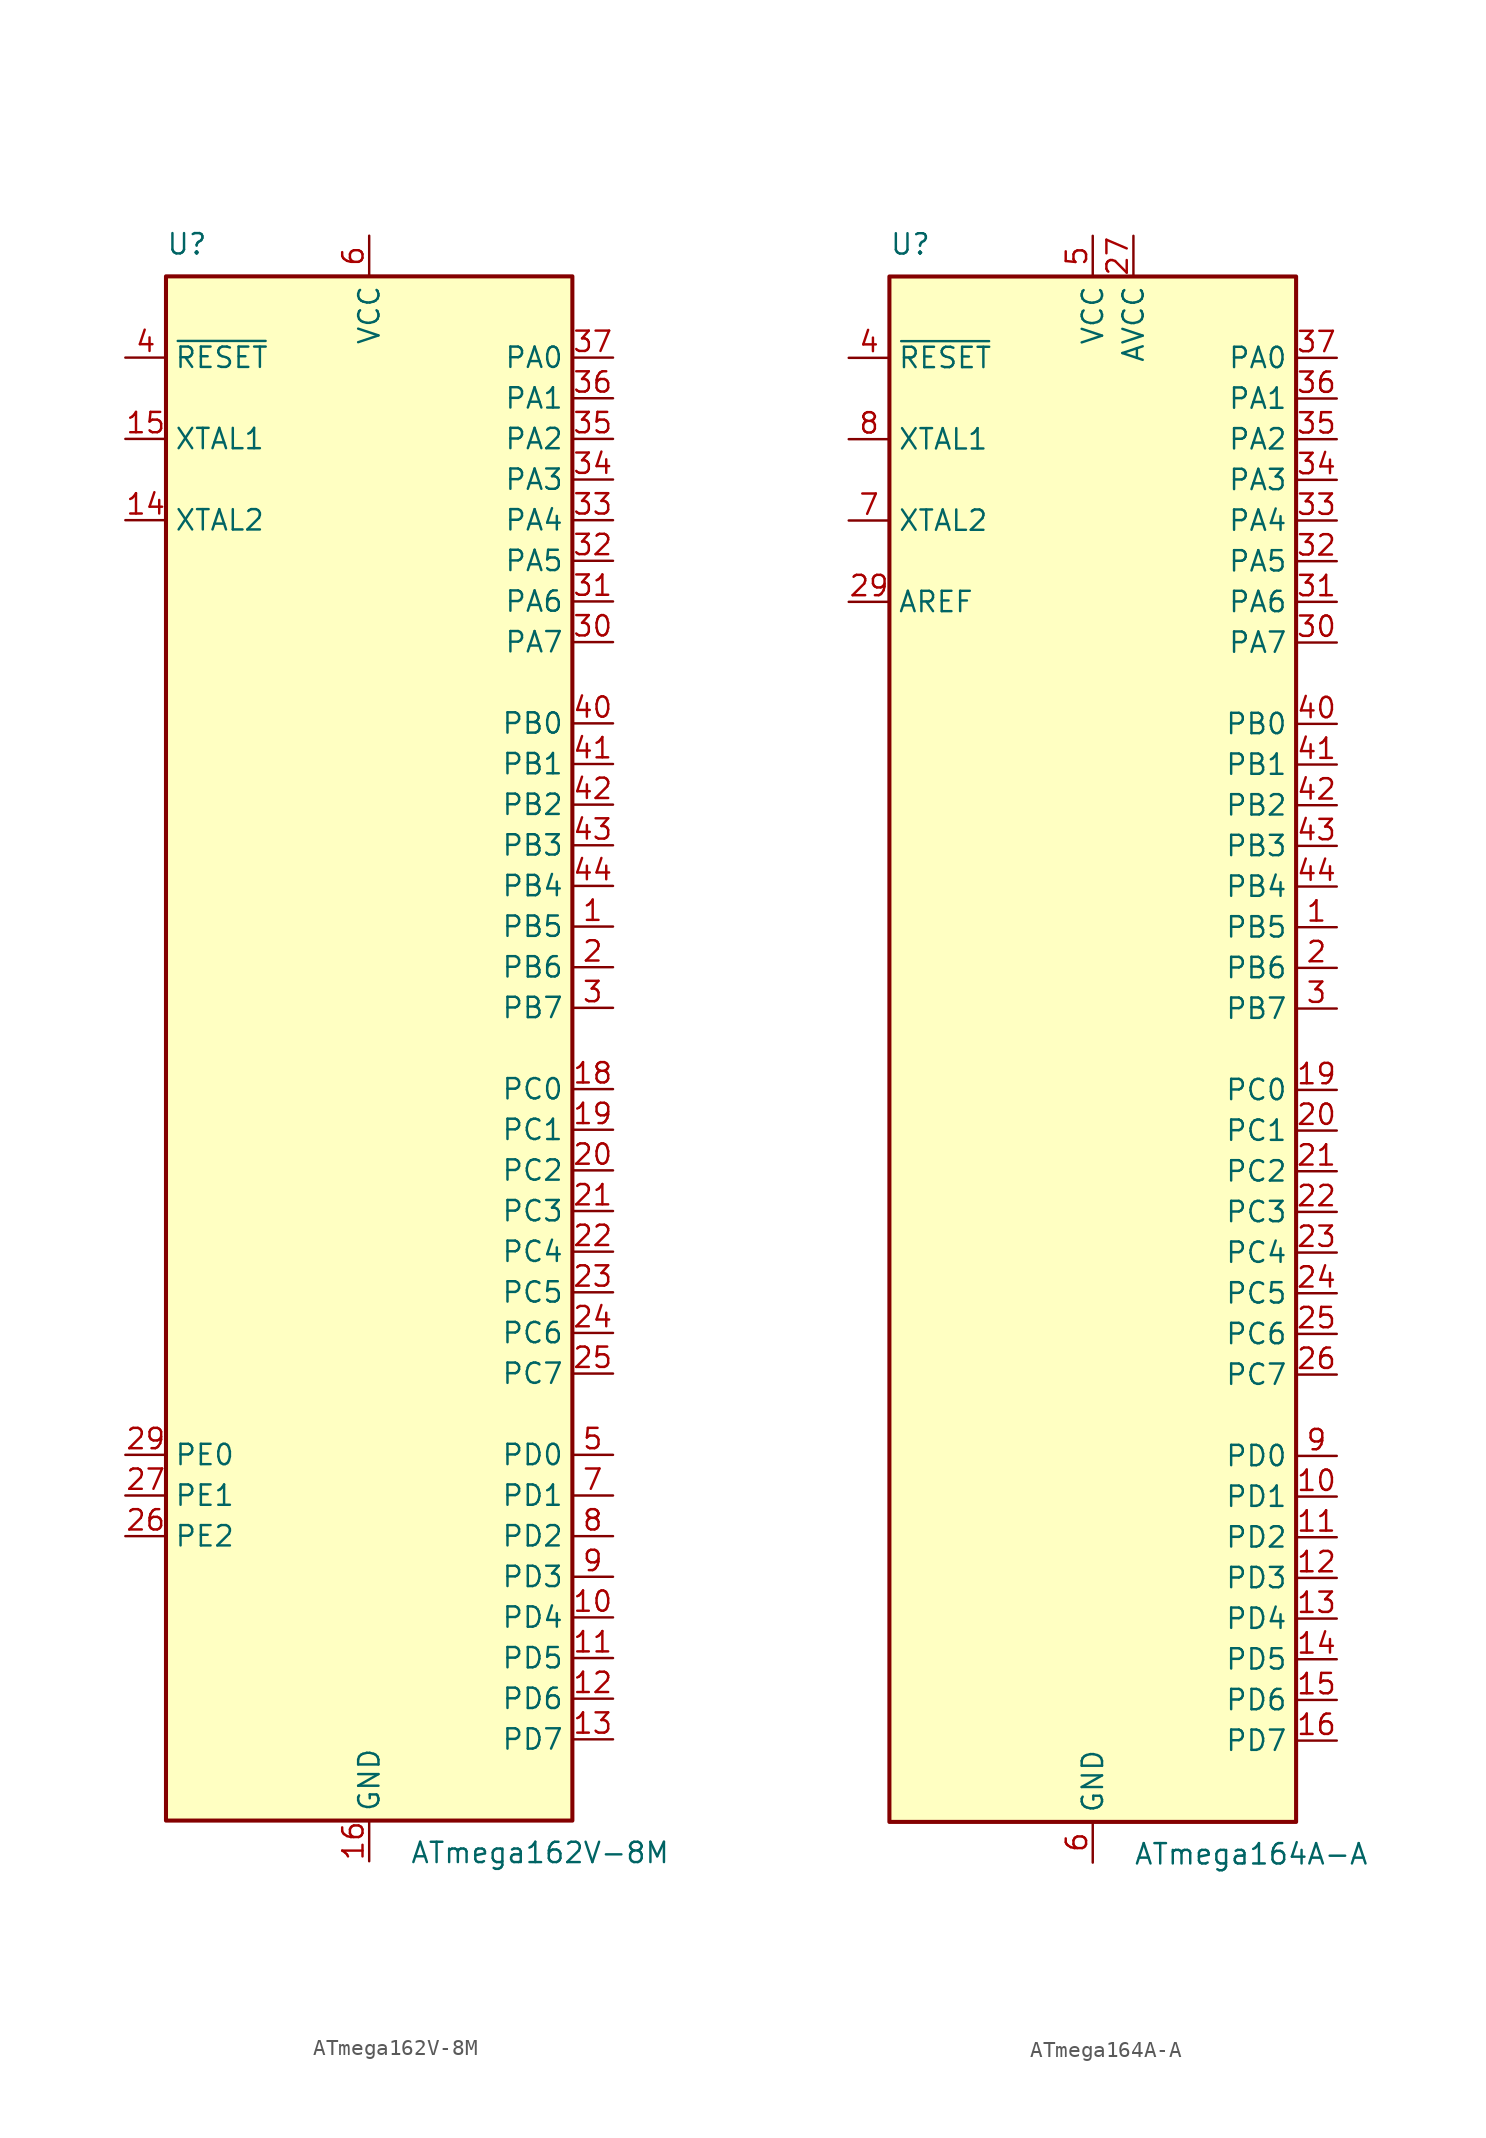
<source format=kicad_sym>
(kicad_symbol_lib
  (version 20241209)
  (generator "kicad_symbol_editor")
  (generator_version "9.0")
  (symbol "ATmega162V-8M"
    (property "Reference" "U"
      (at -12.7 49.53 0)
      (effects (font (size 1.27 1.27)) (justify left bottom)))
    (property "Value" "ATmega162V-8M"
      (at 2.54 -49.53 0)
      (effects (font (size 1.27 1.27)) (justify left top)))
    (symbol "ATmega162V-8M_0_1"
      (rectangle (start -12.7 -48.26) (end 12.7 48.26) (stroke (width 0.254) (type default)) (fill (type background))))
    (symbol "ATmega162V-8M_1_1"
      (pin input line (at -15.24 43.18 0) (length 2.54) (name "~{RESET}" (effects (font (size 1.27 1.27)))) (number "4" (effects (font (size 1.27 1.27)))))
      (pin input line (at -15.24 38.1 0) (length 2.54) (name "XTAL1" (effects (font (size 1.27 1.27)))) (number "15" (effects (font (size 1.27 1.27)))))
      (pin output line (at -15.24 33.02 0) (length 2.54) (name "XTAL2" (effects (font (size 1.27 1.27)))) (number "14" (effects (font (size 1.27 1.27)))))
      (pin bidirectional line (at -15.24 -25.4 0) (length 2.54) (name "PE0" (effects (font (size 1.27 1.27)))) (number "29" (effects (font (size 1.27 1.27)))))
      (pin bidirectional line (at -15.24 -27.94 0) (length 2.54) (name "PE1" (effects (font (size 1.27 1.27)))) (number "27" (effects (font (size 1.27 1.27)))))
      (pin bidirectional line (at -15.24 -30.48 0) (length 2.54) (name "PE2" (effects (font (size 1.27 1.27)))) (number "26" (effects (font (size 1.27 1.27)))))
      (pin passive line (at 0 50.8 270) (length 2.54) (hide yes) (name "VCC" (effects (font (size 1.27 1.27)))) (number "17" (effects (font (size 1.27 1.27)))))
      (pin passive line (at 0 50.8 270) (length 2.54) (hide yes) (name "VCC" (effects (font (size 1.27 1.27)))) (number "38" (effects (font (size 1.27 1.27)))))
      (pin power_in line (at 0 50.8 270) (length 2.54) (name "VCC" (effects (font (size 1.27 1.27)))) (number "6" (effects (font (size 1.27 1.27)))))
      (pin power_in line (at 0 -50.8 90) (length 2.54) (name "GND" (effects (font (size 1.27 1.27)))) (number "16" (effects (font (size 1.27 1.27)))))
      (pin passive line (at 0 -50.8 90) (length 2.54) (hide yes) (name "GND" (effects (font (size 1.27 1.27)))) (number "28" (effects (font (size 1.27 1.27)))))
      (pin passive line (at 0 -50.8 90) (length 2.54) (hide yes) (name "GND" (effects (font (size 1.27 1.27)))) (number "39" (effects (font (size 1.27 1.27)))))
      (pin passive line (at 0 -50.8 90) (length 2.54) (hide yes) (name "GND" (effects (font (size 1.27 1.27)))) (number "45" (effects (font (size 1.27 1.27)))))
      (pin bidirectional line (at 15.24 43.18 180) (length 2.54) (name "PA0" (effects (font (size 1.27 1.27)))) (number "37" (effects (font (size 1.27 1.27)))))
      (pin bidirectional line (at 15.24 40.64 180) (length 2.54) (name "PA1" (effects (font (size 1.27 1.27)))) (number "36" (effects (font (size 1.27 1.27)))))
      (pin bidirectional line (at 15.24 38.1 180) (length 2.54) (name "PA2" (effects (font (size 1.27 1.27)))) (number "35" (effects (font (size 1.27 1.27)))))
      (pin bidirectional line (at 15.24 35.56 180) (length 2.54) (name "PA3" (effects (font (size 1.27 1.27)))) (number "34" (effects (font (size 1.27 1.27)))))
      (pin bidirectional line (at 15.24 33.02 180) (length 2.54) (name "PA4" (effects (font (size 1.27 1.27)))) (number "33" (effects (font (size 1.27 1.27)))))
      (pin bidirectional line (at 15.24 30.48 180) (length 2.54) (name "PA5" (effects (font (size 1.27 1.27)))) (number "32" (effects (font (size 1.27 1.27)))))
      (pin bidirectional line (at 15.24 27.94 180) (length 2.54) (name "PA6" (effects (font (size 1.27 1.27)))) (number "31" (effects (font (size 1.27 1.27)))))
      (pin bidirectional line (at 15.24 25.4 180) (length 2.54) (name "PA7" (effects (font (size 1.27 1.27)))) (number "30" (effects (font (size 1.27 1.27)))))
      (pin bidirectional line (at 15.24 20.32 180) (length 2.54) (name "PB0" (effects (font (size 1.27 1.27)))) (number "40" (effects (font (size 1.27 1.27)))))
      (pin bidirectional line (at 15.24 17.78 180) (length 2.54) (name "PB1" (effects (font (size 1.27 1.27)))) (number "41" (effects (font (size 1.27 1.27)))))
      (pin bidirectional line (at 15.24 15.24 180) (length 2.54) (name "PB2" (effects (font (size 1.27 1.27)))) (number "42" (effects (font (size 1.27 1.27)))))
      (pin bidirectional line (at 15.24 12.7 180) (length 2.54) (name "PB3" (effects (font (size 1.27 1.27)))) (number "43" (effects (font (size 1.27 1.27)))))
      (pin bidirectional line (at 15.24 10.16 180) (length 2.54) (name "PB4" (effects (font (size 1.27 1.27)))) (number "44" (effects (font (size 1.27 1.27)))))
      (pin bidirectional line (at 15.24 7.62 180) (length 2.54) (name "PB5" (effects (font (size 1.27 1.27)))) (number "1" (effects (font (size 1.27 1.27)))))
      (pin bidirectional line (at 15.24 5.08 180) (length 2.54) (name "PB6" (effects (font (size 1.27 1.27)))) (number "2" (effects (font (size 1.27 1.27)))))
      (pin bidirectional line (at 15.24 2.54 180) (length 2.54) (name "PB7" (effects (font (size 1.27 1.27)))) (number "3" (effects (font (size 1.27 1.27)))))
      (pin bidirectional line (at 15.24 -2.54 180) (length 2.54) (name "PC0" (effects (font (size 1.27 1.27)))) (number "18" (effects (font (size 1.27 1.27)))))
      (pin bidirectional line (at 15.24 -5.08 180) (length 2.54) (name "PC1" (effects (font (size 1.27 1.27)))) (number "19" (effects (font (size 1.27 1.27)))))
      (pin bidirectional line (at 15.24 -7.62 180) (length 2.54) (name "PC2" (effects (font (size 1.27 1.27)))) (number "20" (effects (font (size 1.27 1.27)))))
      (pin bidirectional line (at 15.24 -10.16 180) (length 2.54) (name "PC3" (effects (font (size 1.27 1.27)))) (number "21" (effects (font (size 1.27 1.27)))))
      (pin bidirectional line (at 15.24 -12.7 180) (length 2.54) (name "PC4" (effects (font (size 1.27 1.27)))) (number "22" (effects (font (size 1.27 1.27)))))
      (pin bidirectional line (at 15.24 -15.24 180) (length 2.54) (name "PC5" (effects (font (size 1.27 1.27)))) (number "23" (effects (font (size 1.27 1.27)))))
      (pin bidirectional line (at 15.24 -17.78 180) (length 2.54) (name "PC6" (effects (font (size 1.27 1.27)))) (number "24" (effects (font (size 1.27 1.27)))))
      (pin bidirectional line (at 15.24 -20.32 180) (length 2.54) (name "PC7" (effects (font (size 1.27 1.27)))) (number "25" (effects (font (size 1.27 1.27)))))
      (pin bidirectional line (at 15.24 -25.4 180) (length 2.54) (name "PD0" (effects (font (size 1.27 1.27)))) (number "5" (effects (font (size 1.27 1.27)))))
      (pin bidirectional line (at 15.24 -27.94 180) (length 2.54) (name "PD1" (effects (font (size 1.27 1.27)))) (number "7" (effects (font (size 1.27 1.27)))))
      (pin bidirectional line (at 15.24 -30.48 180) (length 2.54) (name "PD2" (effects (font (size 1.27 1.27)))) (number "8" (effects (font (size 1.27 1.27)))))
      (pin bidirectional line (at 15.24 -33.02 180) (length 2.54) (name "PD3" (effects (font (size 1.27 1.27)))) (number "9" (effects (font (size 1.27 1.27)))))
      (pin bidirectional line (at 15.24 -35.56 180) (length 2.54) (name "PD4" (effects (font (size 1.27 1.27)))) (number "10" (effects (font (size 1.27 1.27)))))
      (pin bidirectional line (at 15.24 -38.1 180) (length 2.54) (name "PD5" (effects (font (size 1.27 1.27)))) (number "11" (effects (font (size 1.27 1.27)))))
      (pin bidirectional line (at 15.24 -40.64 180) (length 2.54) (name "PD6" (effects (font (size 1.27 1.27)))) (number "12" (effects (font (size 1.27 1.27)))))
      (pin bidirectional line (at 15.24 -43.18 180) (length 2.54) (name "PD7" (effects (font (size 1.27 1.27)))) (number "13" (effects (font (size 1.27 1.27)))))))
  (symbol "ATmega164A-A"
    (property "Reference" "U"
      (at -12.7 49.53 0)
      (effects (font (size 1.27 1.27)) (justify left bottom)))
    (property "Value" "ATmega164A-A"
      (at 2.54 -49.53 0)
      (effects (font (size 1.27 1.27)) (justify left top)))
    (symbol "ATmega164A-A_0_1"
      (rectangle (start -12.7 -48.26) (end 12.7 48.26) (stroke (width 0.254) (type default)) (fill (type background))))
    (symbol "ATmega164A-A_1_1"
      (pin input line (at -15.24 43.18 0) (length 2.54) (name "~{RESET}" (effects (font (size 1.27 1.27)))) (number "4" (effects (font (size 1.27 1.27)))))
      (pin input line (at -15.24 38.1 0) (length 2.54) (name "XTAL1" (effects (font (size 1.27 1.27)))) (number "8" (effects (font (size 1.27 1.27)))))
      (pin output line (at -15.24 33.02 0) (length 2.54) (name "XTAL2" (effects (font (size 1.27 1.27)))) (number "7" (effects (font (size 1.27 1.27)))))
      (pin passive line (at -15.24 27.94 0) (length 2.54) (name "AREF" (effects (font (size 1.27 1.27)))) (number "29" (effects (font (size 1.27 1.27)))))
      (pin passive line (at 0 50.8 270) (length 2.54) (hide yes) (name "VCC" (effects (font (size 1.27 1.27)))) (number "17" (effects (font (size 1.27 1.27)))))
      (pin passive line (at 0 50.8 270) (length 2.54) (hide yes) (name "VCC" (effects (font (size 1.27 1.27)))) (number "38" (effects (font (size 1.27 1.27)))))
      (pin power_in line (at 0 50.8 270) (length 2.54) (name "VCC" (effects (font (size 1.27 1.27)))) (number "5" (effects (font (size 1.27 1.27)))))
      (pin passive line (at 0 -50.8 90) (length 2.54) (hide yes) (name "GND" (effects (font (size 1.27 1.27)))) (number "18" (effects (font (size 1.27 1.27)))))
      (pin passive line (at 0 -50.8 90) (length 2.54) (hide yes) (name "GND" (effects (font (size 1.27 1.27)))) (number "28" (effects (font (size 1.27 1.27)))))
      (pin passive line (at 0 -50.8 90) (length 2.54) (hide yes) (name "GND" (effects (font (size 1.27 1.27)))) (number "39" (effects (font (size 1.27 1.27)))))
      (pin power_in line (at 0 -50.8 90) (length 2.54) (name "GND" (effects (font (size 1.27 1.27)))) (number "6" (effects (font (size 1.27 1.27)))))
      (pin power_in line (at 2.54 50.8 270) (length 2.54) (name "AVCC" (effects (font (size 1.27 1.27)))) (number "27" (effects (font (size 1.27 1.27)))))
      (pin bidirectional line (at 15.24 43.18 180) (length 2.54) (name "PA0" (effects (font (size 1.27 1.27)))) (number "37" (effects (font (size 1.27 1.27)))))
      (pin bidirectional line (at 15.24 40.64 180) (length 2.54) (name "PA1" (effects (font (size 1.27 1.27)))) (number "36" (effects (font (size 1.27 1.27)))))
      (pin bidirectional line (at 15.24 38.1 180) (length 2.54) (name "PA2" (effects (font (size 1.27 1.27)))) (number "35" (effects (font (size 1.27 1.27)))))
      (pin bidirectional line (at 15.24 35.56 180) (length 2.54) (name "PA3" (effects (font (size 1.27 1.27)))) (number "34" (effects (font (size 1.27 1.27)))))
      (pin bidirectional line (at 15.24 33.02 180) (length 2.54) (name "PA4" (effects (font (size 1.27 1.27)))) (number "33" (effects (font (size 1.27 1.27)))))
      (pin bidirectional line (at 15.24 30.48 180) (length 2.54) (name "PA5" (effects (font (size 1.27 1.27)))) (number "32" (effects (font (size 1.27 1.27)))))
      (pin bidirectional line (at 15.24 27.94 180) (length 2.54) (name "PA6" (effects (font (size 1.27 1.27)))) (number "31" (effects (font (size 1.27 1.27)))))
      (pin bidirectional line (at 15.24 25.4 180) (length 2.54) (name "PA7" (effects (font (size 1.27 1.27)))) (number "30" (effects (font (size 1.27 1.27)))))
      (pin bidirectional line (at 15.24 20.32 180) (length 2.54) (name "PB0" (effects (font (size 1.27 1.27)))) (number "40" (effects (font (size 1.27 1.27)))))
      (pin bidirectional line (at 15.24 17.78 180) (length 2.54) (name "PB1" (effects (font (size 1.27 1.27)))) (number "41" (effects (font (size 1.27 1.27)))))
      (pin bidirectional line (at 15.24 15.24 180) (length 2.54) (name "PB2" (effects (font (size 1.27 1.27)))) (number "42" (effects (font (size 1.27 1.27)))))
      (pin bidirectional line (at 15.24 12.7 180) (length 2.54) (name "PB3" (effects (font (size 1.27 1.27)))) (number "43" (effects (font (size 1.27 1.27)))))
      (pin bidirectional line (at 15.24 10.16 180) (length 2.54) (name "PB4" (effects (font (size 1.27 1.27)))) (number "44" (effects (font (size 1.27 1.27)))))
      (pin bidirectional line (at 15.24 7.62 180) (length 2.54) (name "PB5" (effects (font (size 1.27 1.27)))) (number "1" (effects (font (size 1.27 1.27)))))
      (pin bidirectional line (at 15.24 5.08 180) (length 2.54) (name "PB6" (effects (font (size 1.27 1.27)))) (number "2" (effects (font (size 1.27 1.27)))))
      (pin bidirectional line (at 15.24 2.54 180) (length 2.54) (name "PB7" (effects (font (size 1.27 1.27)))) (number "3" (effects (font (size 1.27 1.27)))))
      (pin bidirectional line (at 15.24 -2.54 180) (length 2.54) (name "PC0" (effects (font (size 1.27 1.27)))) (number "19" (effects (font (size 1.27 1.27)))))
      (pin bidirectional line (at 15.24 -5.08 180) (length 2.54) (name "PC1" (effects (font (size 1.27 1.27)))) (number "20" (effects (font (size 1.27 1.27)))))
      (pin bidirectional line (at 15.24 -7.62 180) (length 2.54) (name "PC2" (effects (font (size 1.27 1.27)))) (number "21" (effects (font (size 1.27 1.27)))))
      (pin bidirectional line (at 15.24 -10.16 180) (length 2.54) (name "PC3" (effects (font (size 1.27 1.27)))) (number "22" (effects (font (size 1.27 1.27)))))
      (pin bidirectional line (at 15.24 -12.7 180) (length 2.54) (name "PC4" (effects (font (size 1.27 1.27)))) (number "23" (effects (font (size 1.27 1.27)))))
      (pin bidirectional line (at 15.24 -15.24 180) (length 2.54) (name "PC5" (effects (font (size 1.27 1.27)))) (number "24" (effects (font (size 1.27 1.27)))))
      (pin bidirectional line (at 15.24 -17.78 180) (length 2.54) (name "PC6" (effects (font (size 1.27 1.27)))) (number "25" (effects (font (size 1.27 1.27)))))
      (pin bidirectional line (at 15.24 -20.32 180) (length 2.54) (name "PC7" (effects (font (size 1.27 1.27)))) (number "26" (effects (font (size 1.27 1.27)))))
      (pin bidirectional line (at 15.24 -25.4 180) (length 2.54) (name "PD0" (effects (font (size 1.27 1.27)))) (number "9" (effects (font (size 1.27 1.27)))))
      (pin bidirectional line (at 15.24 -27.94 180) (length 2.54) (name "PD1" (effects (font (size 1.27 1.27)))) (number "10" (effects (font (size 1.27 1.27)))))
      (pin bidirectional line (at 15.24 -30.48 180) (length 2.54) (name "PD2" (effects (font (size 1.27 1.27)))) (number "11" (effects (font (size 1.27 1.27)))))
      (pin bidirectional line (at 15.24 -33.02 180) (length 2.54) (name "PD3" (effects (font (size 1.27 1.27)))) (number "12" (effects (font (size 1.27 1.27)))))
      (pin bidirectional line (at 15.24 -35.56 180) (length 2.54) (name "PD4" (effects (font (size 1.27 1.27)))) (number "13" (effects (font (size 1.27 1.27)))))
      (pin bidirectional line (at 15.24 -38.1 180) (length 2.54) (name "PD5" (effects (font (size 1.27 1.27)))) (number "14" (effects (font (size 1.27 1.27)))))
      (pin bidirectional line (at 15.24 -40.64 180) (length 2.54) (name "PD6" (effects (font (size 1.27 1.27)))) (number "15" (effects (font (size 1.27 1.27)))))
      (pin bidirectional line (at 15.24 -43.18 180) (length 2.54) (name "PD7" (effects (font (size 1.27 1.27)))) (number "16" (effects (font (size 1.27 1.27))))))))
</source>
